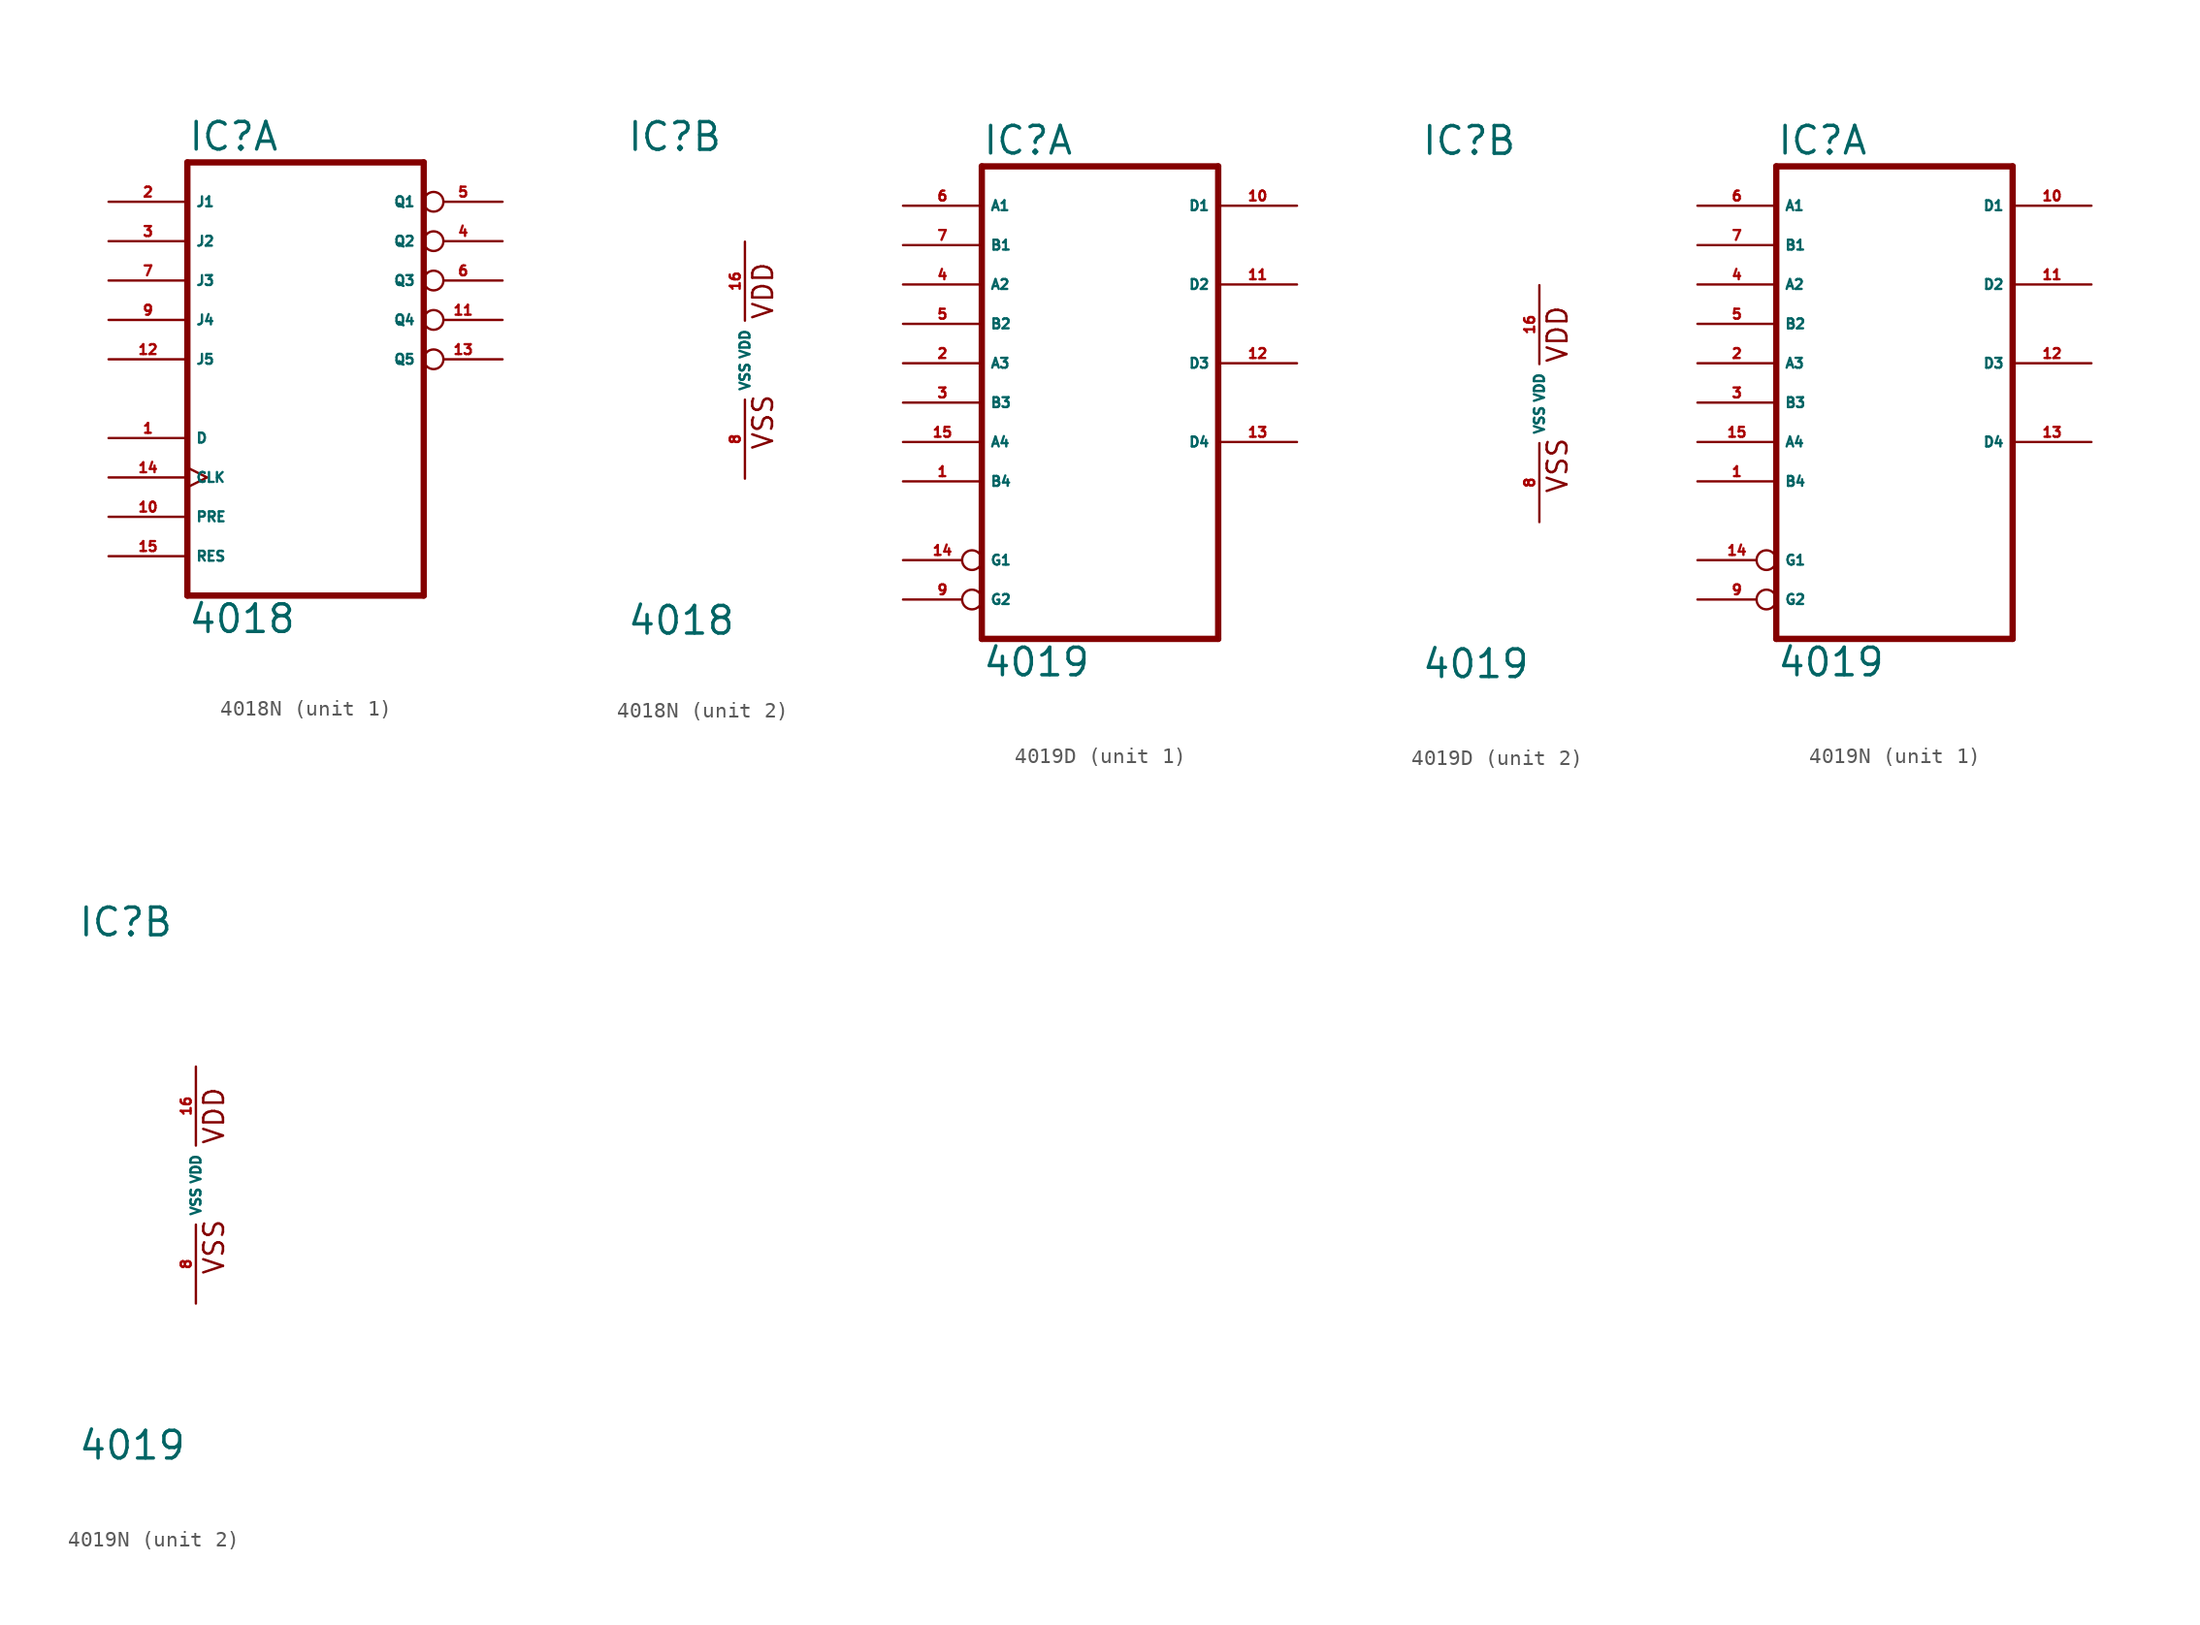
<source format=kicad_sym>
(kicad_symbol_lib
  (version 20220914)
  (generator Eagle2Kicad)
  (symbol "4018N"
    (property "Reference" "IC"
      (at -7.62 13.335 0)
      (effects (font (size 1.778 1.778) (thickness 0.22)) (justify left bottom)))
    (property "Value" "4018"
      (at -7.62 -17.78 0)
      (effects (font (size 1.778 1.778) (thickness 0.22)) (justify left bottom)))
    (symbol "4018N_1_0"
      (polyline (pts (xy -7.62 -15.24) (xy 7.62 -15.24)) (stroke (width 0.406) (type default)) (fill (type none)))
      (polyline (pts (xy 7.62 -15.24) (xy 7.62 12.7)) (stroke (width 0.406) (type default)) (fill (type none)))
      (polyline (pts (xy 7.62 12.7) (xy -7.62 12.7)) (stroke (width 0.406) (type default)) (fill (type none)))
      (polyline (pts (xy -7.62 12.7) (xy -7.62 -15.24)) (stroke (width 0.406) (type default)) (fill (type none)))
      (pin input line (at -12.7 -5.08 0) (length 5.08) (name "D" (effects (font (size 0.635 0.635) (thickness 0.08)) (justify left bottom))) (number "1" (effects (font (size 0.635 0.635) (thickness 0.08)) (justify left bottom))))
      (pin input line (at -12.7 10.16 0) (length 5.08) (name "J1" (effects (font (size 0.635 0.635) (thickness 0.08)) (justify left bottom))) (number "2" (effects (font (size 0.635 0.635) (thickness 0.08)) (justify left bottom))))
      (pin input line (at -12.7 7.62 0) (length 5.08) (name "J2" (effects (font (size 0.635 0.635) (thickness 0.08)) (justify left bottom))) (number "3" (effects (font (size 0.635 0.635) (thickness 0.08)) (justify left bottom))))
      (pin output inverted (at 12.7 7.62 180) (length 5.08) (name "Q2" (effects (font (size 0.635 0.635) (thickness 0.08)) (justify left bottom))) (number "4" (effects (font (size 0.635 0.635) (thickness 0.08)) (justify left bottom))))
      (pin output inverted (at 12.7 10.16 180) (length 5.08) (name "Q1" (effects (font (size 0.635 0.635) (thickness 0.08)) (justify left bottom))) (number "5" (effects (font (size 0.635 0.635) (thickness 0.08)) (justify left bottom))))
      (pin output inverted (at 12.7 5.08 180) (length 5.08) (name "Q3" (effects (font (size 0.635 0.635) (thickness 0.08)) (justify left bottom))) (number "6" (effects (font (size 0.635 0.635) (thickness 0.08)) (justify left bottom))))
      (pin input line (at -12.7 5.08 0) (length 5.08) (name "J3" (effects (font (size 0.635 0.635) (thickness 0.08)) (justify left bottom))) (number "7" (effects (font (size 0.635 0.635) (thickness 0.08)) (justify left bottom))))
      (pin input line (at -12.7 2.54 0) (length 5.08) (name "J4" (effects (font (size 0.635 0.635) (thickness 0.08)) (justify left bottom))) (number "9" (effects (font (size 0.635 0.635) (thickness 0.08)) (justify left bottom))))
      (pin input line (at -12.7 -10.16 0) (length 5.08) (name "PRE" (effects (font (size 0.635 0.635) (thickness 0.08)) (justify left bottom))) (number "10" (effects (font (size 0.635 0.635) (thickness 0.08)) (justify left bottom))))
      (pin output inverted (at 12.7 2.54 180) (length 5.08) (name "Q4" (effects (font (size 0.635 0.635) (thickness 0.08)) (justify left bottom))) (number "11" (effects (font (size 0.635 0.635) (thickness 0.08)) (justify left bottom))))
      (pin input line (at -12.7 0 0) (length 5.08) (name "J5" (effects (font (size 0.635 0.635) (thickness 0.08)) (justify left bottom))) (number "12" (effects (font (size 0.635 0.635) (thickness 0.08)) (justify left bottom))))
      (pin output inverted (at 12.7 0 180) (length 5.08) (name "Q5" (effects (font (size 0.635 0.635) (thickness 0.08)) (justify left bottom))) (number "13" (effects (font (size 0.635 0.635) (thickness 0.08)) (justify left bottom))))
      (pin input clock (at -12.7 -7.62 0) (length 5.08) (name "CLK" (effects (font (size 0.635 0.635) (thickness 0.08)) (justify left bottom))) (number "14" (effects (font (size 0.635 0.635) (thickness 0.08)) (justify left bottom))))
      (pin input line (at -12.7 -12.7 0) (length 5.08) (name "RES" (effects (font (size 0.635 0.635) (thickness 0.08)) (justify left bottom))) (number "15" (effects (font (size 0.635 0.635) (thickness 0.08)) (justify left bottom)))))
    (symbol "4018N_2_0"
      (text "VDD" (at 1.905 2.54 900) (effects (font (size 1.27 1.27) (thickness 0.16)) (justify left bottom)))
      (text "VSS" (at 1.905 -5.842 900) (effects (font (size 1.27 1.27) (thickness 0.16)) (justify left bottom)))
      (pin unspecified line (at 0 -7.62 90) (length 5.08) (name "VSS" (effects (font (size 0.635 0.635) (thickness 0.08)) (justify left bottom))) (number "8" (effects (font (size 0.635 0.635) (thickness 0.08)) (justify left bottom))))
      (pin unspecified line (at 0 7.62 270) (length 5.08) (name "VDD" (effects (font (size 0.635 0.635) (thickness 0.08)) (justify left bottom))) (number "16" (effects (font (size 0.635 0.635) (thickness 0.08)) (justify left bottom))))))
  (symbol "4019D"
    (property "Reference" "IC"
      (at -7.62 15.875 0)
      (effects (font (size 1.778 1.778) (thickness 0.22)) (justify left bottom)))
    (property "Value" "4019"
      (at -7.62 -17.78 0)
      (effects (font (size 1.778 1.778) (thickness 0.22)) (justify left bottom)))
    (symbol "4019D_1_0"
      (polyline (pts (xy -7.62 -15.24) (xy 7.62 -15.24)) (stroke (width 0.406) (type default)) (fill (type none)))
      (polyline (pts (xy 7.62 -15.24) (xy 7.62 15.24)) (stroke (width 0.406) (type default)) (fill (type none)))
      (polyline (pts (xy 7.62 15.24) (xy -7.62 15.24)) (stroke (width 0.406) (type default)) (fill (type none)))
      (polyline (pts (xy -7.62 15.24) (xy -7.62 -15.24)) (stroke (width 0.406) (type default)) (fill (type none)))
      (pin input line (at -12.7 -5.08 0) (length 5.08) (name "B4" (effects (font (size 0.635 0.635) (thickness 0.08)) (justify left bottom))) (number "1" (effects (font (size 0.635 0.635) (thickness 0.08)) (justify left bottom))))
      (pin input line (at -12.7 2.54 0) (length 5.08) (name "A3" (effects (font (size 0.635 0.635) (thickness 0.08)) (justify left bottom))) (number "2" (effects (font (size 0.635 0.635) (thickness 0.08)) (justify left bottom))))
      (pin input line (at -12.7 0 0) (length 5.08) (name "B3" (effects (font (size 0.635 0.635) (thickness 0.08)) (justify left bottom))) (number "3" (effects (font (size 0.635 0.635) (thickness 0.08)) (justify left bottom))))
      (pin input line (at -12.7 7.62 0) (length 5.08) (name "A2" (effects (font (size 0.635 0.635) (thickness 0.08)) (justify left bottom))) (number "4" (effects (font (size 0.635 0.635) (thickness 0.08)) (justify left bottom))))
      (pin input line (at -12.7 5.08 0) (length 5.08) (name "B2" (effects (font (size 0.635 0.635) (thickness 0.08)) (justify left bottom))) (number "5" (effects (font (size 0.635 0.635) (thickness 0.08)) (justify left bottom))))
      (pin input line (at -12.7 12.7 0) (length 5.08) (name "A1" (effects (font (size 0.635 0.635) (thickness 0.08)) (justify left bottom))) (number "6" (effects (font (size 0.635 0.635) (thickness 0.08)) (justify left bottom))))
      (pin input line (at -12.7 10.16 0) (length 5.08) (name "B1" (effects (font (size 0.635 0.635) (thickness 0.08)) (justify left bottom))) (number "7" (effects (font (size 0.635 0.635) (thickness 0.08)) (justify left bottom))))
      (pin input inverted (at -12.7 -12.7 0) (length 5.08) (name "G2" (effects (font (size 0.635 0.635) (thickness 0.08)) (justify left bottom))) (number "9" (effects (font (size 0.635 0.635) (thickness 0.08)) (justify left bottom))))
      (pin output line (at 12.7 7.62 180) (length 5.08) (name "D2" (effects (font (size 0.635 0.635) (thickness 0.08)) (justify left bottom))) (number "11" (effects (font (size 0.635 0.635) (thickness 0.08)) (justify left bottom))))
      (pin output line (at 12.7 2.54 180) (length 5.08) (name "D3" (effects (font (size 0.635 0.635) (thickness 0.08)) (justify left bottom))) (number "12" (effects (font (size 0.635 0.635) (thickness 0.08)) (justify left bottom))))
      (pin output line (at 12.7 -2.54 180) (length 5.08) (name "D4" (effects (font (size 0.635 0.635) (thickness 0.08)) (justify left bottom))) (number "13" (effects (font (size 0.635 0.635) (thickness 0.08)) (justify left bottom))))
      (pin input inverted (at -12.7 -10.16 0) (length 5.08) (name "G1" (effects (font (size 0.635 0.635) (thickness 0.08)) (justify left bottom))) (number "14" (effects (font (size 0.635 0.635) (thickness 0.08)) (justify left bottom))))
      (pin input line (at -12.7 -2.54 0) (length 5.08) (name "A4" (effects (font (size 0.635 0.635) (thickness 0.08)) (justify left bottom))) (number "15" (effects (font (size 0.635 0.635) (thickness 0.08)) (justify left bottom))))
      (pin output line (at 12.7 12.7 180) (length 5.08) (name "D1" (effects (font (size 0.635 0.635) (thickness 0.08)) (justify left bottom))) (number "10" (effects (font (size 0.635 0.635) (thickness 0.08)) (justify left bottom)))))
    (symbol "4019D_2_0"
      (text "VDD" (at 1.905 2.54 900) (effects (font (size 1.27 1.27) (thickness 0.16)) (justify left bottom)))
      (text "VSS" (at 1.905 -5.842 900) (effects (font (size 1.27 1.27) (thickness 0.16)) (justify left bottom)))
      (pin unspecified line (at 0 -7.62 90) (length 5.08) (name "VSS" (effects (font (size 0.635 0.635) (thickness 0.08)) (justify left bottom))) (number "8" (effects (font (size 0.635 0.635) (thickness 0.08)) (justify left bottom))))
      (pin unspecified line (at 0 7.62 270) (length 5.08) (name "VDD" (effects (font (size 0.635 0.635) (thickness 0.08)) (justify left bottom))) (number "16" (effects (font (size 0.635 0.635) (thickness 0.08)) (justify left bottom))))))
  (symbol "4019N"
    (property "Reference" "IC"
      (at -7.62 15.875 0)
      (effects (font (size 1.778 1.778) (thickness 0.22)) (justify left bottom)))
    (property "Value" "4019"
      (at -7.62 -17.78 0)
      (effects (font (size 1.778 1.778) (thickness 0.22)) (justify left bottom)))
    (symbol "4019N_1_0"
      (polyline (pts (xy -7.62 -15.24) (xy 7.62 -15.24)) (stroke (width 0.406) (type default)) (fill (type none)))
      (polyline (pts (xy 7.62 -15.24) (xy 7.62 15.24)) (stroke (width 0.406) (type default)) (fill (type none)))
      (polyline (pts (xy 7.62 15.24) (xy -7.62 15.24)) (stroke (width 0.406) (type default)) (fill (type none)))
      (polyline (pts (xy -7.62 15.24) (xy -7.62 -15.24)) (stroke (width 0.406) (type default)) (fill (type none)))
      (pin input line (at -12.7 -5.08 0) (length 5.08) (name "B4" (effects (font (size 0.635 0.635) (thickness 0.08)) (justify left bottom))) (number "1" (effects (font (size 0.635 0.635) (thickness 0.08)) (justify left bottom))))
      (pin input line (at -12.7 2.54 0) (length 5.08) (name "A3" (effects (font (size 0.635 0.635) (thickness 0.08)) (justify left bottom))) (number "2" (effects (font (size 0.635 0.635) (thickness 0.08)) (justify left bottom))))
      (pin input line (at -12.7 0 0) (length 5.08) (name "B3" (effects (font (size 0.635 0.635) (thickness 0.08)) (justify left bottom))) (number "3" (effects (font (size 0.635 0.635) (thickness 0.08)) (justify left bottom))))
      (pin input line (at -12.7 7.62 0) (length 5.08) (name "A2" (effects (font (size 0.635 0.635) (thickness 0.08)) (justify left bottom))) (number "4" (effects (font (size 0.635 0.635) (thickness 0.08)) (justify left bottom))))
      (pin input line (at -12.7 5.08 0) (length 5.08) (name "B2" (effects (font (size 0.635 0.635) (thickness 0.08)) (justify left bottom))) (number "5" (effects (font (size 0.635 0.635) (thickness 0.08)) (justify left bottom))))
      (pin input line (at -12.7 12.7 0) (length 5.08) (name "A1" (effects (font (size 0.635 0.635) (thickness 0.08)) (justify left bottom))) (number "6" (effects (font (size 0.635 0.635) (thickness 0.08)) (justify left bottom))))
      (pin input line (at -12.7 10.16 0) (length 5.08) (name "B1" (effects (font (size 0.635 0.635) (thickness 0.08)) (justify left bottom))) (number "7" (effects (font (size 0.635 0.635) (thickness 0.08)) (justify left bottom))))
      (pin input inverted (at -12.7 -12.7 0) (length 5.08) (name "G2" (effects (font (size 0.635 0.635) (thickness 0.08)) (justify left bottom))) (number "9" (effects (font (size 0.635 0.635) (thickness 0.08)) (justify left bottom))))
      (pin output line (at 12.7 7.62 180) (length 5.08) (name "D2" (effects (font (size 0.635 0.635) (thickness 0.08)) (justify left bottom))) (number "11" (effects (font (size 0.635 0.635) (thickness 0.08)) (justify left bottom))))
      (pin output line (at 12.7 2.54 180) (length 5.08) (name "D3" (effects (font (size 0.635 0.635) (thickness 0.08)) (justify left bottom))) (number "12" (effects (font (size 0.635 0.635) (thickness 0.08)) (justify left bottom))))
      (pin output line (at 12.7 -2.54 180) (length 5.08) (name "D4" (effects (font (size 0.635 0.635) (thickness 0.08)) (justify left bottom))) (number "13" (effects (font (size 0.635 0.635) (thickness 0.08)) (justify left bottom))))
      (pin input inverted (at -12.7 -10.16 0) (length 5.08) (name "G1" (effects (font (size 0.635 0.635) (thickness 0.08)) (justify left bottom))) (number "14" (effects (font (size 0.635 0.635) (thickness 0.08)) (justify left bottom))))
      (pin input line (at -12.7 -2.54 0) (length 5.08) (name "A4" (effects (font (size 0.635 0.635) (thickness 0.08)) (justify left bottom))) (number "15" (effects (font (size 0.635 0.635) (thickness 0.08)) (justify left bottom))))
      (pin output line (at 12.7 12.7 180) (length 5.08) (name "D1" (effects (font (size 0.635 0.635) (thickness 0.08)) (justify left bottom))) (number "10" (effects (font (size 0.635 0.635) (thickness 0.08)) (justify left bottom)))))
    (symbol "4019N_2_0"
      (text "VDD" (at 1.905 2.54 900) (effects (font (size 1.27 1.27) (thickness 0.16)) (justify left bottom)))
      (text "VSS" (at 1.905 -5.842 900) (effects (font (size 1.27 1.27) (thickness 0.16)) (justify left bottom)))
      (pin unspecified line (at 0 -7.62 90) (length 5.08) (name "VSS" (effects (font (size 0.635 0.635) (thickness 0.08)) (justify left bottom))) (number "8" (effects (font (size 0.635 0.635) (thickness 0.08)) (justify left bottom))))
      (pin unspecified line (at 0 7.62 270) (length 5.08) (name "VDD" (effects (font (size 0.635 0.635) (thickness 0.08)) (justify left bottom))) (number "16" (effects (font (size 0.635 0.635) (thickness 0.08)) (justify left bottom)))))))
</source>
